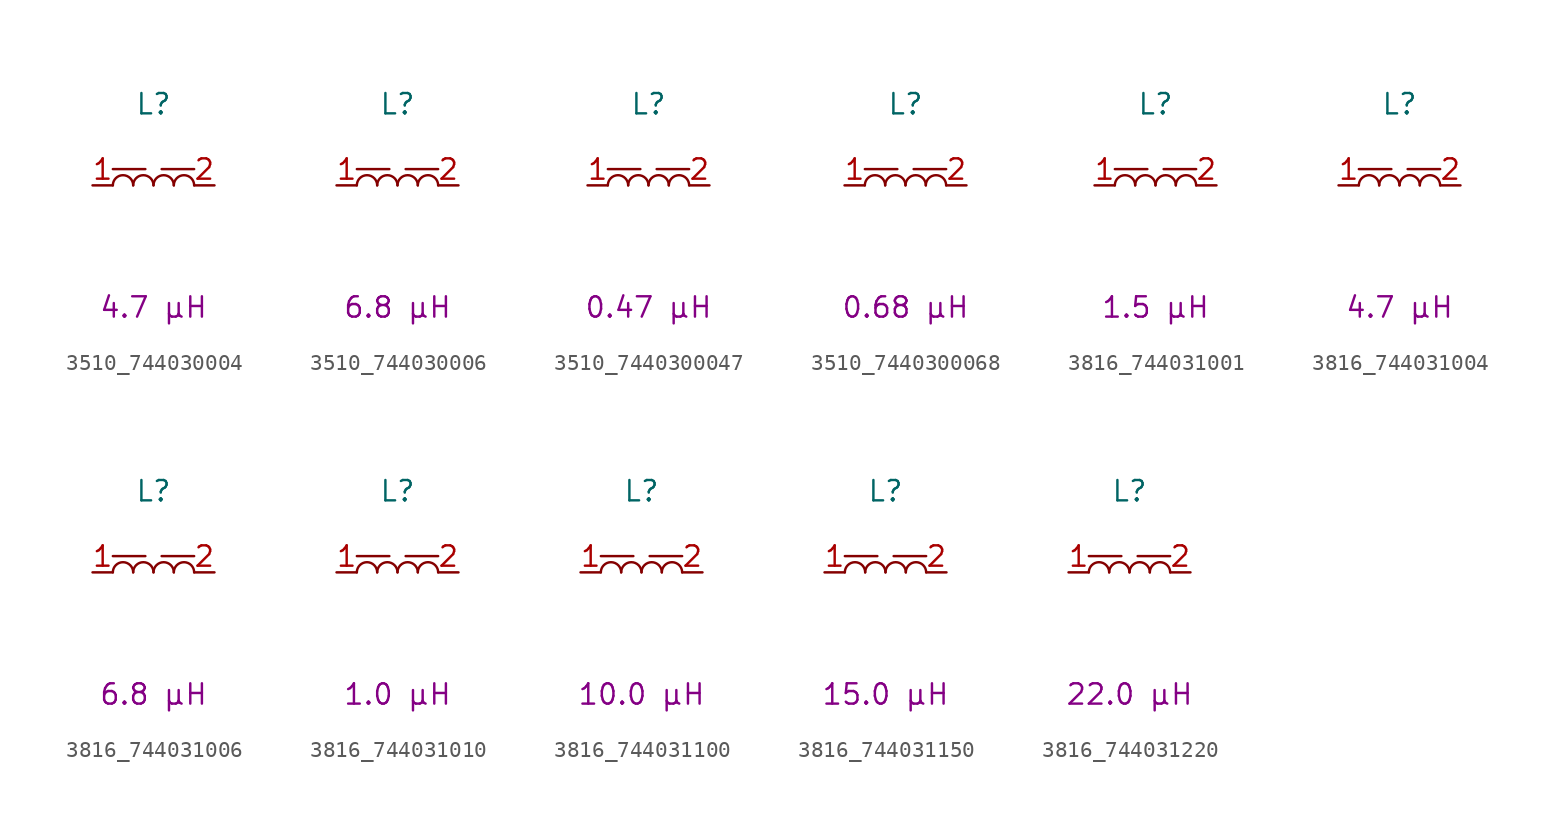
<source format=kicad_sym>
(kicad_symbol_lib
  (version 20220914)
  (generator kicad_symbol_editor)
  (symbol "3510_744030004"
    (pin_names hide)
    (property "Reference" "L"
      (at 0 5.08 0)
      (effects (font (size 1.27 1.27))))
    (property "Critical Parameter" "4.7 µH"
      (at 0 -7.62 0)
      (effects (font (size 1.27 1.27))))
    (symbol "3510_744030004_0_1"
      (arc (start -1.27 0) (mid -1.905 0.6323) (end -2.54 0) (stroke (width 0) (type default)) (fill (type none)))
      (arc (start 0 0) (mid -0.635 0.6323) (end -1.27 0) (stroke (width 0) (type default)) (fill (type none)))
      (polyline (pts (xy -2.54 1.016) (xy -0.508 1.016)) (stroke (width 0) (type default)) (fill (type none)))
      (arc (start 1.27 0) (mid 0.635 0.6323) (end 0 0) (stroke (width 0) (type default)) (fill (type none)))
      (arc (start 2.54 0) (mid 1.905 0.6323) (end 1.27 0) (stroke (width 0) (type default)) (fill (type none))))
    (symbol "3510_744030004_1_1"
      (polyline (pts (xy 2.54 1.016) (xy 0.508 1.016)) (stroke (width 0) (type default)) (fill (type none)))
      (pin passive line (at -3.81 0 0) (length 1.27) (name "1" (effects (font (size 1.27 1.27)))) (number "1" (effects (font (size 1.27 1.27)))))
      (pin passive line (at 3.81 0 180) (length 1.27) (name "2" (effects (font (size 1.27 1.27)))) (number "2" (effects (font (size 1.27 1.27)))))))
  (symbol "3510_744030006"
    (pin_names hide)
    (property "Reference" "L"
      (at 0 5.08 0)
      (effects (font (size 1.27 1.27))))
    (property "Critical Parameter" "6.8 µH"
      (at 0 -7.62 0)
      (effects (font (size 1.27 1.27))))
    (symbol "3510_744030006_0_1"
      (arc (start -1.27 0) (mid -1.905 0.6323) (end -2.54 0) (stroke (width 0) (type default)) (fill (type none)))
      (arc (start 0 0) (mid -0.635 0.6323) (end -1.27 0) (stroke (width 0) (type default)) (fill (type none)))
      (polyline (pts (xy -2.54 1.016) (xy -0.508 1.016)) (stroke (width 0) (type default)) (fill (type none)))
      (arc (start 1.27 0) (mid 0.635 0.6323) (end 0 0) (stroke (width 0) (type default)) (fill (type none)))
      (arc (start 2.54 0) (mid 1.905 0.6323) (end 1.27 0) (stroke (width 0) (type default)) (fill (type none))))
    (symbol "3510_744030006_1_1"
      (polyline (pts (xy 2.54 1.016) (xy 0.508 1.016)) (stroke (width 0) (type default)) (fill (type none)))
      (pin passive line (at -3.81 0 0) (length 1.27) (name "1" (effects (font (size 1.27 1.27)))) (number "1" (effects (font (size 1.27 1.27)))))
      (pin passive line (at 3.81 0 180) (length 1.27) (name "2" (effects (font (size 1.27 1.27)))) (number "2" (effects (font (size 1.27 1.27)))))))
  (symbol "3510_7440300047"
    (pin_names hide)
    (property "Reference" "L"
      (at 0 5.08 0)
      (effects (font (size 1.27 1.27))))
    (property "Critical Parameter" "0.47 µH"
      (at 0 -7.62 0)
      (effects (font (size 1.27 1.27))))
    (symbol "3510_7440300047_0_1"
      (arc (start -1.27 0) (mid -1.905 0.6323) (end -2.54 0) (stroke (width 0) (type default)) (fill (type none)))
      (arc (start 0 0) (mid -0.635 0.6323) (end -1.27 0) (stroke (width 0) (type default)) (fill (type none)))
      (polyline (pts (xy -2.54 1.016) (xy -0.508 1.016)) (stroke (width 0) (type default)) (fill (type none)))
      (arc (start 1.27 0) (mid 0.635 0.6323) (end 0 0) (stroke (width 0) (type default)) (fill (type none)))
      (arc (start 2.54 0) (mid 1.905 0.6323) (end 1.27 0) (stroke (width 0) (type default)) (fill (type none))))
    (symbol "3510_7440300047_1_1"
      (polyline (pts (xy 2.54 1.016) (xy 0.508 1.016)) (stroke (width 0) (type default)) (fill (type none)))
      (pin passive line (at -3.81 0 0) (length 1.27) (name "1" (effects (font (size 1.27 1.27)))) (number "1" (effects (font (size 1.27 1.27)))))
      (pin passive line (at 3.81 0 180) (length 1.27) (name "2" (effects (font (size 1.27 1.27)))) (number "2" (effects (font (size 1.27 1.27)))))))
  (symbol "3510_7440300068"
    (pin_names hide)
    (property "Reference" "L"
      (at 0 5.08 0)
      (effects (font (size 1.27 1.27))))
    (property "Critical Parameter" "0.68 µH"
      (at 0 -7.62 0)
      (effects (font (size 1.27 1.27))))
    (symbol "3510_7440300068_0_1"
      (arc (start -1.27 0) (mid -1.905 0.6323) (end -2.54 0) (stroke (width 0) (type default)) (fill (type none)))
      (arc (start 0 0) (mid -0.635 0.6323) (end -1.27 0) (stroke (width 0) (type default)) (fill (type none)))
      (polyline (pts (xy -2.54 1.016) (xy -0.508 1.016)) (stroke (width 0) (type default)) (fill (type none)))
      (arc (start 1.27 0) (mid 0.635 0.6323) (end 0 0) (stroke (width 0) (type default)) (fill (type none)))
      (arc (start 2.54 0) (mid 1.905 0.6323) (end 1.27 0) (stroke (width 0) (type default)) (fill (type none))))
    (symbol "3510_7440300068_1_1"
      (polyline (pts (xy 2.54 1.016) (xy 0.508 1.016)) (stroke (width 0) (type default)) (fill (type none)))
      (pin passive line (at -3.81 0 0) (length 1.27) (name "1" (effects (font (size 1.27 1.27)))) (number "1" (effects (font (size 1.27 1.27)))))
      (pin passive line (at 3.81 0 180) (length 1.27) (name "2" (effects (font (size 1.27 1.27)))) (number "2" (effects (font (size 1.27 1.27)))))))
  (symbol "3816_744031001"
    (pin_names hide)
    (property "Reference" "L"
      (at 0 5.08 0)
      (effects (font (size 1.27 1.27))))
    (property "Critical Parameter" "1.5 µH"
      (at 0 -7.62 0)
      (effects (font (size 1.27 1.27))))
    (symbol "3816_744031001_0_1"
      (arc (start -1.27 0) (mid -1.905 0.6323) (end -2.54 0) (stroke (width 0) (type default)) (fill (type none)))
      (arc (start 0 0) (mid -0.635 0.6323) (end -1.27 0) (stroke (width 0) (type default)) (fill (type none)))
      (polyline (pts (xy -2.54 1.016) (xy -0.508 1.016)) (stroke (width 0) (type default)) (fill (type none)))
      (arc (start 1.27 0) (mid 0.635 0.6323) (end 0 0) (stroke (width 0) (type default)) (fill (type none)))
      (arc (start 2.54 0) (mid 1.905 0.6323) (end 1.27 0) (stroke (width 0) (type default)) (fill (type none))))
    (symbol "3816_744031001_1_1"
      (polyline (pts (xy 2.54 1.016) (xy 0.508 1.016)) (stroke (width 0) (type default)) (fill (type none)))
      (pin passive line (at -3.81 0 0) (length 1.27) (name "1" (effects (font (size 1.27 1.27)))) (number "1" (effects (font (size 1.27 1.27)))))
      (pin passive line (at 3.81 0 180) (length 1.27) (name "2" (effects (font (size 1.27 1.27)))) (number "2" (effects (font (size 1.27 1.27)))))))
  (symbol "3816_744031004"
    (pin_names hide)
    (property "Reference" "L"
      (at 0 5.08 0)
      (effects (font (size 1.27 1.27))))
    (property "Critical Parameter" "4.7 µH"
      (at 0 -7.62 0)
      (effects (font (size 1.27 1.27))))
    (symbol "3816_744031004_0_1"
      (arc (start -1.27 0) (mid -1.905 0.6323) (end -2.54 0) (stroke (width 0) (type default)) (fill (type none)))
      (arc (start 0 0) (mid -0.635 0.6323) (end -1.27 0) (stroke (width 0) (type default)) (fill (type none)))
      (polyline (pts (xy -2.54 1.016) (xy -0.508 1.016)) (stroke (width 0) (type default)) (fill (type none)))
      (arc (start 1.27 0) (mid 0.635 0.6323) (end 0 0) (stroke (width 0) (type default)) (fill (type none)))
      (arc (start 2.54 0) (mid 1.905 0.6323) (end 1.27 0) (stroke (width 0) (type default)) (fill (type none))))
    (symbol "3816_744031004_1_1"
      (polyline (pts (xy 2.54 1.016) (xy 0.508 1.016)) (stroke (width 0) (type default)) (fill (type none)))
      (pin passive line (at -3.81 0 0) (length 1.27) (name "1" (effects (font (size 1.27 1.27)))) (number "1" (effects (font (size 1.27 1.27)))))
      (pin passive line (at 3.81 0 180) (length 1.27) (name "2" (effects (font (size 1.27 1.27)))) (number "2" (effects (font (size 1.27 1.27)))))))
  (symbol "3816_744031006"
    (pin_names hide)
    (property "Reference" "L"
      (at 0 5.08 0)
      (effects (font (size 1.27 1.27))))
    (property "Critical Parameter" "6.8 µH"
      (at 0 -7.62 0)
      (effects (font (size 1.27 1.27))))
    (symbol "3816_744031006_0_1"
      (arc (start -1.27 0) (mid -1.905 0.6323) (end -2.54 0) (stroke (width 0) (type default)) (fill (type none)))
      (arc (start 0 0) (mid -0.635 0.6323) (end -1.27 0) (stroke (width 0) (type default)) (fill (type none)))
      (polyline (pts (xy -2.54 1.016) (xy -0.508 1.016)) (stroke (width 0) (type default)) (fill (type none)))
      (arc (start 1.27 0) (mid 0.635 0.6323) (end 0 0) (stroke (width 0) (type default)) (fill (type none)))
      (arc (start 2.54 0) (mid 1.905 0.6323) (end 1.27 0) (stroke (width 0) (type default)) (fill (type none))))
    (symbol "3816_744031006_1_1"
      (polyline (pts (xy 2.54 1.016) (xy 0.508 1.016)) (stroke (width 0) (type default)) (fill (type none)))
      (pin passive line (at -3.81 0 0) (length 1.27) (name "1" (effects (font (size 1.27 1.27)))) (number "1" (effects (font (size 1.27 1.27)))))
      (pin passive line (at 3.81 0 180) (length 1.27) (name "2" (effects (font (size 1.27 1.27)))) (number "2" (effects (font (size 1.27 1.27)))))))
  (symbol "3816_744031010"
    (pin_names hide)
    (property "Reference" "L"
      (at 0 5.08 0)
      (effects (font (size 1.27 1.27))))
    (property "Critical Parameter" "1.0 µH"
      (at 0 -7.62 0)
      (effects (font (size 1.27 1.27))))
    (symbol "3816_744031010_0_1"
      (arc (start -1.27 0) (mid -1.905 0.6323) (end -2.54 0) (stroke (width 0) (type default)) (fill (type none)))
      (arc (start 0 0) (mid -0.635 0.6323) (end -1.27 0) (stroke (width 0) (type default)) (fill (type none)))
      (polyline (pts (xy -2.54 1.016) (xy -0.508 1.016)) (stroke (width 0) (type default)) (fill (type none)))
      (arc (start 1.27 0) (mid 0.635 0.6323) (end 0 0) (stroke (width 0) (type default)) (fill (type none)))
      (arc (start 2.54 0) (mid 1.905 0.6323) (end 1.27 0) (stroke (width 0) (type default)) (fill (type none))))
    (symbol "3816_744031010_1_1"
      (polyline (pts (xy 2.54 1.016) (xy 0.508 1.016)) (stroke (width 0) (type default)) (fill (type none)))
      (pin passive line (at -3.81 0 0) (length 1.27) (name "1" (effects (font (size 1.27 1.27)))) (number "1" (effects (font (size 1.27 1.27)))))
      (pin passive line (at 3.81 0 180) (length 1.27) (name "2" (effects (font (size 1.27 1.27)))) (number "2" (effects (font (size 1.27 1.27)))))))
  (symbol "3816_744031100"
    (pin_names hide)
    (property "Reference" "L"
      (at 0 5.08 0)
      (effects (font (size 1.27 1.27))))
    (property "Critical Parameter" "10.0 µH"
      (at 0 -7.62 0)
      (effects (font (size 1.27 1.27))))
    (symbol "3816_744031100_0_1"
      (arc (start -1.27 0) (mid -1.905 0.6323) (end -2.54 0) (stroke (width 0) (type default)) (fill (type none)))
      (arc (start 0 0) (mid -0.635 0.6323) (end -1.27 0) (stroke (width 0) (type default)) (fill (type none)))
      (polyline (pts (xy -2.54 1.016) (xy -0.508 1.016)) (stroke (width 0) (type default)) (fill (type none)))
      (arc (start 1.27 0) (mid 0.635 0.6323) (end 0 0) (stroke (width 0) (type default)) (fill (type none)))
      (arc (start 2.54 0) (mid 1.905 0.6323) (end 1.27 0) (stroke (width 0) (type default)) (fill (type none))))
    (symbol "3816_744031100_1_1"
      (polyline (pts (xy 2.54 1.016) (xy 0.508 1.016)) (stroke (width 0) (type default)) (fill (type none)))
      (pin passive line (at -3.81 0 0) (length 1.27) (name "1" (effects (font (size 1.27 1.27)))) (number "1" (effects (font (size 1.27 1.27)))))
      (pin passive line (at 3.81 0 180) (length 1.27) (name "2" (effects (font (size 1.27 1.27)))) (number "2" (effects (font (size 1.27 1.27)))))))
  (symbol "3816_744031150"
    (pin_names hide)
    (property "Reference" "L"
      (at 0 5.08 0)
      (effects (font (size 1.27 1.27))))
    (property "Critical Parameter" "15.0 µH"
      (at 0 -7.62 0)
      (effects (font (size 1.27 1.27))))
    (symbol "3816_744031150_0_1"
      (arc (start -1.27 0) (mid -1.905 0.6323) (end -2.54 0) (stroke (width 0) (type default)) (fill (type none)))
      (arc (start 0 0) (mid -0.635 0.6323) (end -1.27 0) (stroke (width 0) (type default)) (fill (type none)))
      (polyline (pts (xy -2.54 1.016) (xy -0.508 1.016)) (stroke (width 0) (type default)) (fill (type none)))
      (arc (start 1.27 0) (mid 0.635 0.6323) (end 0 0) (stroke (width 0) (type default)) (fill (type none)))
      (arc (start 2.54 0) (mid 1.905 0.6323) (end 1.27 0) (stroke (width 0) (type default)) (fill (type none))))
    (symbol "3816_744031150_1_1"
      (polyline (pts (xy 2.54 1.016) (xy 0.508 1.016)) (stroke (width 0) (type default)) (fill (type none)))
      (pin passive line (at -3.81 0 0) (length 1.27) (name "1" (effects (font (size 1.27 1.27)))) (number "1" (effects (font (size 1.27 1.27)))))
      (pin passive line (at 3.81 0 180) (length 1.27) (name "2" (effects (font (size 1.27 1.27)))) (number "2" (effects (font (size 1.27 1.27)))))))
  (symbol "3816_744031220"
    (pin_names hide)
    (property "Reference" "L"
      (at 0 5.08 0)
      (effects (font (size 1.27 1.27))))
    (property "Critical Parameter" "22.0 µH"
      (at 0 -7.62 0)
      (effects (font (size 1.27 1.27))))
    (symbol "3816_744031220_0_1"
      (arc (start -1.27 0) (mid -1.905 0.6323) (end -2.54 0) (stroke (width 0) (type default)) (fill (type none)))
      (arc (start 0 0) (mid -0.635 0.6323) (end -1.27 0) (stroke (width 0) (type default)) (fill (type none)))
      (polyline (pts (xy -2.54 1.016) (xy -0.508 1.016)) (stroke (width 0) (type default)) (fill (type none)))
      (arc (start 1.27 0) (mid 0.635 0.6323) (end 0 0) (stroke (width 0) (type default)) (fill (type none)))
      (arc (start 2.54 0) (mid 1.905 0.6323) (end 1.27 0) (stroke (width 0) (type default)) (fill (type none))))
    (symbol "3816_744031220_1_1"
      (polyline (pts (xy 2.54 1.016) (xy 0.508 1.016)) (stroke (width 0) (type default)) (fill (type none)))
      (pin passive line (at -3.81 0 0) (length 1.27) (name "1" (effects (font (size 1.27 1.27)))) (number "1" (effects (font (size 1.27 1.27)))))
      (pin passive line (at 3.81 0 180) (length 1.27) (name "2" (effects (font (size 1.27 1.27)))) (number "2" (effects (font (size 1.27 1.27))))))))
</source>
